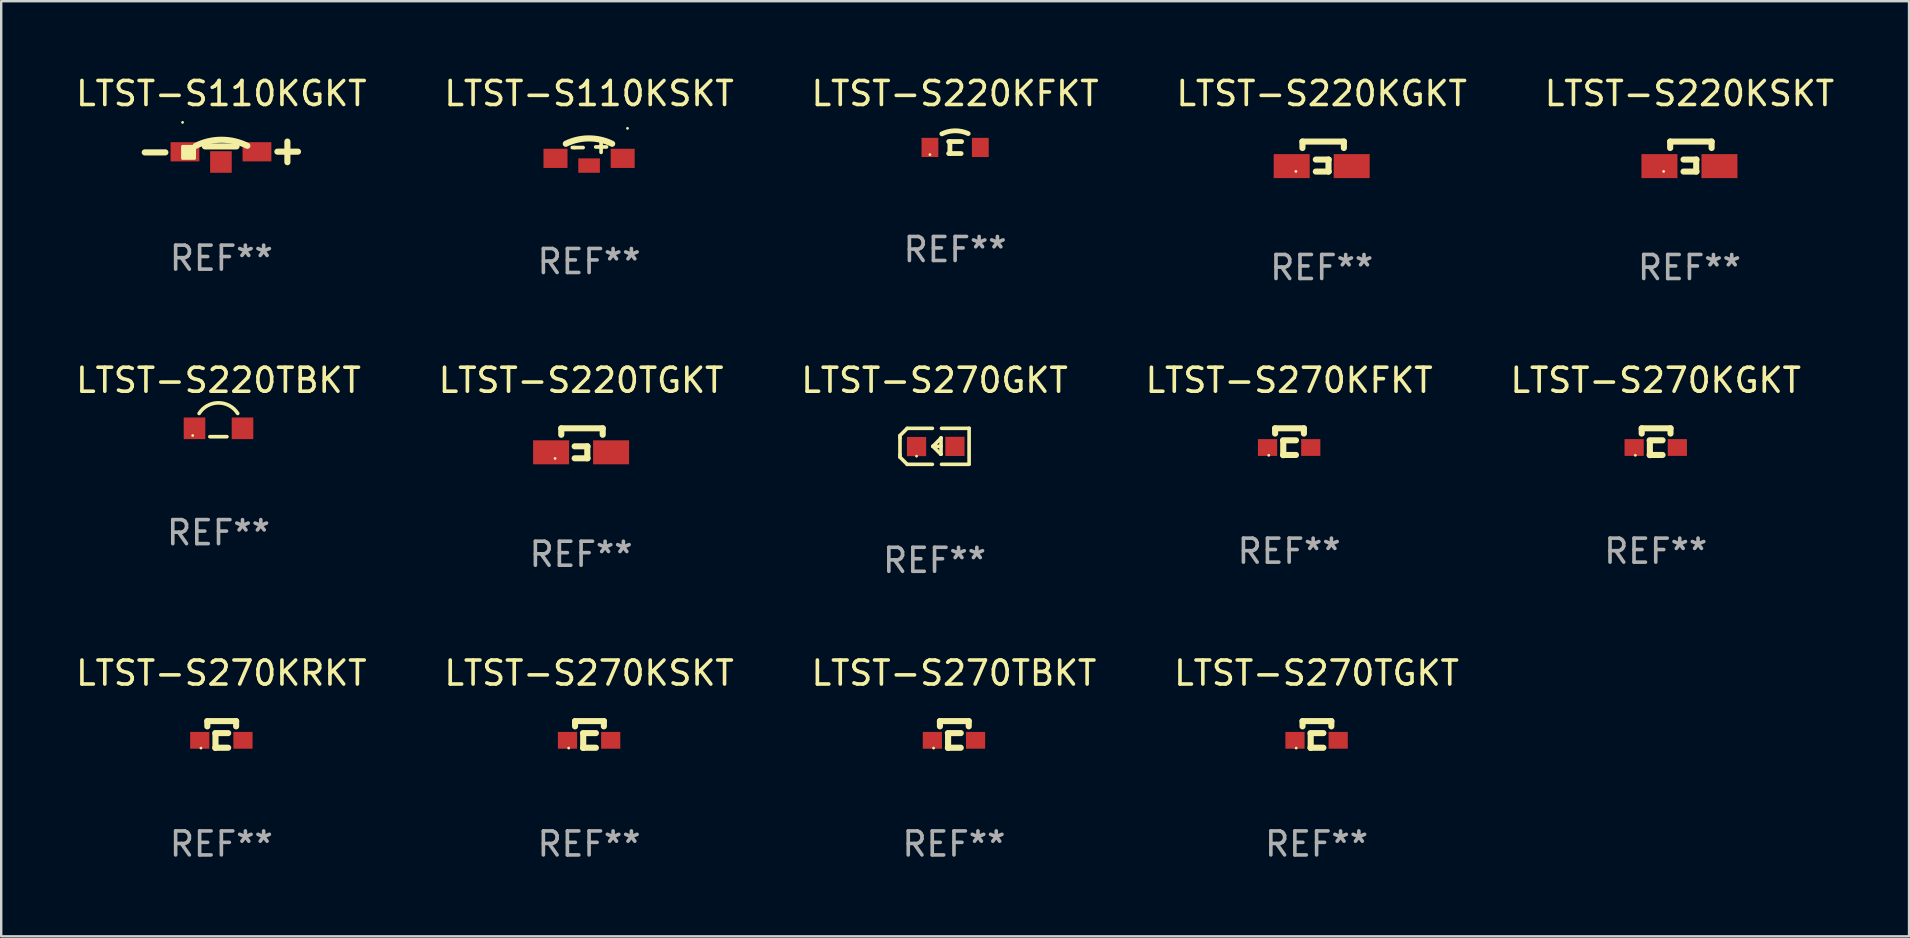
<source format=kicad_pcb>
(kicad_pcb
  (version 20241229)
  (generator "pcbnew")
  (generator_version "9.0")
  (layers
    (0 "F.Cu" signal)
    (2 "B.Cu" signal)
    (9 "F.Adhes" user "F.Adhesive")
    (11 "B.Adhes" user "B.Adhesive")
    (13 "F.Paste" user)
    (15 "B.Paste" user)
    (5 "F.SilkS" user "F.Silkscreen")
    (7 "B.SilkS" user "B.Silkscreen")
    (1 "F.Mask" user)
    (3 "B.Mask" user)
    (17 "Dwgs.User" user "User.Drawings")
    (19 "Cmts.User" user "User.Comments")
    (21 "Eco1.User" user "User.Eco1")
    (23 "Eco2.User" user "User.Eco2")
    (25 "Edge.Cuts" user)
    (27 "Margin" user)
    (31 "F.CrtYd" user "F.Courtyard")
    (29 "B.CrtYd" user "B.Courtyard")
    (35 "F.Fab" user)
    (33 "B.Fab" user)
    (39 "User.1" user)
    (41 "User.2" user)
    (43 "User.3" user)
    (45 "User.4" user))
  (footprint "LTST-S220TGKT"
    (layer "F.Cu")
    (at 21.161 15.42)
    (property "Reference" "LTST-S220TGKT" (at 0 -2.625 0) (layer "F.SilkS") (effects (font (size 1 1) (thickness 0.15))))
    (attr through_hole)
    (fp_line (start -0.826 -0.625) (end -0.826 -0.356) (stroke (width 0.254) (type solid)) (layer "F.SilkS"))
    (fp_line (start -0.269 0.625) (end 0.269 0.625) (stroke (width 0.254) (type solid)) (layer "F.SilkS"))
    (fp_line (start 0.258 0.625) (end 0.258 0.125) (stroke (width 0.254) (type solid)) (layer "F.SilkS"))
    (fp_line (start 0.269 0.125) (end -0.269 0.125) (stroke (width 0.254) (type solid)) (layer "F.SilkS"))
    (fp_line (start 0.9 -0.625) (end -0.826 -0.625) (stroke (width 0.254) (type solid)) (layer "F.SilkS"))
    (fp_line (start 0.9 -0.625) (end 0.9 -0.356) (stroke (width 0.254) (type solid)) (layer "F.SilkS"))
    (fp_circle (center -1.085 0.63) (end -1.055 0.63) (stroke (width 0.06) (type solid)) (fill no) (layer "F.SilkS"))
    (fp_text user "REF**" (at 0 4.625 0) (layer "F.Fab") (effects (font (size 1 1) (thickness 0.15))))
    (pad "1" smd rect (at -1.25 0.375 90) (size 1 1.5) (layers "F.Cu" "F.Mask" "F.Paste"))
    (pad "2" smd rect (at 1.25 0.375 90) (size 1 1.5) (layers "F.Cu" "F.Mask" "F.Paste")))
  (footprint "LTST-S270KSKT"
    (layer "F.Cu")
    (at 21.494 27.554)
    (property "Reference" "LTST-S270KSKT" (at 0 -2.56 0) (layer "F.SilkS") (effects (font (size 1 1) (thickness 0.15))))
    (attr through_hole)
    (fp_line (start -0.585 -0.56) (end -0.585 -0.341) (stroke (width 0.254) (type solid)) (layer "F.SilkS"))
    (fp_line (start -0.585 -0.56) (end 0.615 -0.56) (stroke (width 0.254) (type solid)) (layer "F.SilkS"))
    (fp_line (start -0.254 0.55) (end 0.284 0.55) (stroke (width 0.254) (type solid)) (layer "F.SilkS"))
    (fp_line (start -0.245 0.56) (end -0.245 -0.039) (stroke (width 0.254) (type solid)) (layer "F.SilkS"))
    (fp_line (start 0.284 -0.06) (end -0.254 -0.06) (stroke (width 0.254) (type solid)) (layer "F.SilkS"))
    (fp_line (start 0.615 -0.56) (end 0.615 -0.341) (stroke (width 0.254) (type solid)) (layer "F.SilkS"))
    (fp_circle (center -0.85 0.565) (end -0.82 0.565) (stroke (width 0.06) (type solid)) (fill no) (layer "F.SilkS"))
    (fp_text user "REF**" (at 0 4.56 0) (layer "F.Fab") (effects (font (size 1 1) (thickness 0.15))))
    (pad "1" smd rect (at -0.9 0.24) (size 0.8 0.7) (layers "F.Cu" "F.Mask" "F.Paste"))
    (pad "2" smd rect (at 0.9 0.24) (size 0.8 0.7) (layers "F.Cu" "F.Mask" "F.Paste")))
  (footprint "LTST-S270KFKT"
    (layer "F.Cu")
    (at 50.661 15.355)
    (property "Reference" "LTST-S270KFKT" (at 0 -2.56 0) (layer "F.SilkS") (effects (font (size 1 1) (thickness 0.15))))
    (attr through_hole)
    (fp_line (start -0.585 -0.56) (end -0.585 -0.341) (stroke (width 0.254) (type solid)) (layer "F.SilkS"))
    (fp_line (start -0.585 -0.56) (end 0.615 -0.56) (stroke (width 0.254) (type solid)) (layer "F.SilkS"))
    (fp_line (start -0.254 0.55) (end 0.284 0.55) (stroke (width 0.254) (type solid)) (layer "F.SilkS"))
    (fp_line (start -0.245 0.56) (end -0.245 -0.039) (stroke (width 0.254) (type solid)) (layer "F.SilkS"))
    (fp_line (start 0.284 -0.06) (end -0.254 -0.06) (stroke (width 0.254) (type solid)) (layer "F.SilkS"))
    (fp_line (start 0.615 -0.56) (end 0.615 -0.341) (stroke (width 0.254) (type solid)) (layer "F.SilkS"))
    (fp_circle (center -0.85 0.565) (end -0.82 0.565) (stroke (width 0.06) (type solid)) (fill no) (layer "F.SilkS"))
    (fp_text user "REF**" (at 0 4.56 0) (layer "F.Fab") (effects (font (size 1 1) (thickness 0.15))))
    (pad "1" smd rect (at -0.9 0.24) (size 0.8 0.7) (layers "F.Cu" "F.Mask" "F.Paste"))
    (pad "2" smd rect (at 0.9 0.24) (size 0.8 0.7) (layers "F.Cu" "F.Mask" "F.Paste")))
  (footprint "LTST-S270KGKT"
    (layer "F.Cu")
    (at 65.935 15.355)
    (property "Reference" "LTST-S270KGKT" (at 0 -2.56 0) (layer "F.SilkS") (effects (font (size 1 1) (thickness 0.15))))
    (attr through_hole)
    (fp_line (start -0.585 -0.56) (end -0.585 -0.341) (stroke (width 0.254) (type solid)) (layer "F.SilkS"))
    (fp_line (start -0.585 -0.56) (end 0.615 -0.56) (stroke (width 0.254) (type solid)) (layer "F.SilkS"))
    (fp_line (start -0.254 0.55) (end 0.284 0.55) (stroke (width 0.254) (type solid)) (layer "F.SilkS"))
    (fp_line (start -0.245 0.56) (end -0.245 -0.039) (stroke (width 0.254) (type solid)) (layer "F.SilkS"))
    (fp_line (start 0.284 -0.06) (end -0.254 -0.06) (stroke (width 0.254) (type solid)) (layer "F.SilkS"))
    (fp_line (start 0.615 -0.56) (end 0.615 -0.341) (stroke (width 0.254) (type solid)) (layer "F.SilkS"))
    (fp_circle (center -0.85 0.565) (end -0.82 0.565) (stroke (width 0.06) (type solid)) (fill no) (layer "F.SilkS"))
    (fp_text user "REF**" (at 0 4.56 0) (layer "F.Fab") (effects (font (size 1 1) (thickness 0.15))))
    (pad "1" smd rect (at -0.9 0.24) (size 0.8 0.7) (layers "F.Cu" "F.Mask" "F.Paste"))
    (pad "2" smd rect (at 0.9 0.24) (size 0.8 0.7) (layers "F.Cu" "F.Mask" "F.Paste")))
  (footprint "LTST-S220KGKT"
    (layer "F.Cu")
    (at 52.018 3.473)
    (property "Reference" "LTST-S220KGKT" (at 0 -2.625 0) (layer "F.SilkS") (effects (font (size 1 1) (thickness 0.15))))
    (attr through_hole)
    (fp_line (start -0.803 -0.625) (end -0.803 -0.356) (stroke (width 0.254) (type solid)) (layer "F.SilkS"))
    (fp_line (start -0.246 0.625) (end 0.292 0.625) (stroke (width 0.254) (type solid)) (layer "F.SilkS"))
    (fp_line (start 0.282 0.625) (end 0.282 0.125) (stroke (width 0.254) (type solid)) (layer "F.SilkS"))
    (fp_line (start 0.292 0.125) (end -0.246 0.125) (stroke (width 0.254) (type solid)) (layer "F.SilkS"))
    (fp_line (start 0.923 -0.625) (end -0.803 -0.625) (stroke (width 0.254) (type solid)) (layer "F.SilkS"))
    (fp_line (start 0.923 -0.625) (end 0.923 -0.356) (stroke (width 0.254) (type solid)) (layer "F.SilkS"))
    (fp_circle (center -1.075 0.618) (end -1.045 0.618) (stroke (width 0.06) (type solid)) (fill no) (layer "F.SilkS"))
    (fp_text user "REF**" (at 0 4.625 0) (layer "F.Fab") (effects (font (size 1 1) (thickness 0.15))))
    (pad "1" smd rect (at -1.25 0.398 90) (size 1 1.5) (layers "F.Cu" "F.Mask" "F.Paste"))
    (pad "2" smd rect (at 1.25 0.398 90) (size 1 1.5) (layers "F.Cu" "F.Mask" "F.Paste")))
  (footprint "LTST-S110KGKT"
    (layer "F.Cu")
    (at 6.173 3.278)
    (property "Reference" "LTST-S110KGKT" (at 0 -2.43 0) (layer "F.SilkS") (effects (font (size 1 1) (thickness 0.15))))
    (attr through_hole)
    (fp_line (start -3.193 0.021) (end -2.333 0.021) (stroke (width 0.254) (type solid)) (layer "F.SilkS"))
    (fp_line (start -0.686 -0.229) (end 0.633 -0.229) (stroke (width 0.254) (type solid)) (layer "F.SilkS"))
    (fp_line (start 2.333 -0.009) (end 3.193 -0.009) (stroke (width 0.254) (type solid)) (layer "F.SilkS"))
    (fp_line (start 2.751 0.43) (end 2.751 -0.43) (stroke (width 0.254) (type solid)) (layer "F.SilkS"))
    (fp_arc (start -1.067513 -0.253543) (mid 0.00748 -0.506043) (end 1.082474 -0.253543) (stroke (width 0.254001) (type solid)) (layer "F.SilkS"))
    (fp_circle (center -1.617 -1.229) (end -1.587 -1.229) (stroke (width 0.06) (type solid)) (fill no) (layer "F.SilkS"))
    (fp_poly (pts (xy -1.617 -0.229) (xy -1.117 -0.229) (xy -1.117 0.271) (xy -1.617 0.271)) (stroke (width 0.12) (type solid)) (fill yes) (layer "F.SilkS"))
    (fp_text user "REF**" (at 0 4.43 0) (layer "F.Fab") (effects (font (size 1 1) (thickness 0.15))))
    (pad "1" smd rect (at -1.517 -0.004 90) (size 0.8 1.2) (layers "F.Cu" "F.Mask" "F.Paste"))
    (pad "2" smd rect (at 1.483 -0.004 90) (size 0.8 1.2) (layers "F.Cu" "F.Mask" "F.Paste"))
    (pad "3" smd rect (at -0.018 0.421 180) (size 0.9 0.9) (layers "F.Cu" "F.Mask" "F.Paste")))
  (footprint "LTST-S270GKT"
    (layer "F.Cu")
    (at 35.887 15.546)
    (property "Reference" "LTST-S270GKT" (at 0 -2.751 0) (layer "F.SilkS") (effects (font (size 1 1) (thickness 0.15))))
    (attr through_hole)
    (fp_line (start -1.44 -0.449) (end -1.14 -0.749) (stroke (width 0.15) (type solid)) (layer "F.SilkS"))
    (fp_line (start -1.44 -0.349) (end -1.44 -0.449) (stroke (width 0.15) (type solid)) (layer "F.SilkS"))
    (fp_line (start -1.44 -0.349) (end -1.44 0.351) (stroke (width 0.15) (type solid)) (layer "F.SilkS"))
    (fp_line (start -1.44 0.351) (end -1.44 0.451) (stroke (width 0.15) (type solid)) (layer "F.SilkS"))
    (fp_line (start -1.44 0.451) (end -1.14 0.751) (stroke (width 0.15) (type solid)) (layer "F.SilkS"))
    (fp_line (start -0.09 -0.749) (end -1.14 -0.749) (stroke (width 0.15) (type solid)) (layer "F.SilkS"))
    (fp_line (start -0.09 0.751) (end -1.14 0.751) (stroke (width 0.15) (type solid)) (layer "F.SilkS"))
    (fp_line (start 0.26 0.329) (end -0.07 -0.001) (stroke (width 0.15) (type solid)) (layer "F.SilkS"))
    (fp_line (start 0.27 -0.351) (end 0.27 -0.341) (stroke (width 0.15) (type solid)) (layer "F.SilkS"))
    (fp_line (start 0.27 -0.351) (end 0.27 0.329) (stroke (width 0.15) (type solid)) (layer "F.SilkS"))
    (fp_line (start 0.27 -0.341) (end -0.07 -0.001) (stroke (width 0.15) (type solid)) (layer "F.SilkS"))
    (fp_line (start 0.27 -0.001) (end -0.07 -0.001) (stroke (width 0.15) (type solid)) (layer "F.SilkS"))
    (fp_line (start 0.27 0.329) (end 0.26 0.329) (stroke (width 0.15) (type solid)) (layer "F.SilkS"))
    (fp_line (start 0.29 -0.751) (end 1.44 -0.751) (stroke (width 0.15) (type solid)) (layer "F.SilkS"))
    (fp_line (start 0.29 0.749) (end 1.44 0.749) (stroke (width 0.15) (type solid)) (layer "F.SilkS"))
    (fp_line (start 1.44 -0.751) (end 1.44 0.729) (stroke (width 0.15) (type solid)) (layer "F.SilkS"))
    (fp_circle (center -0.75 0.409) (end -0.72 0.409) (stroke (width 0.06) (type solid)) (fill no) (layer "F.SilkS"))
    (fp_text user "REF**" (at 0 4.751 0) (layer "F.Fab") (effects (font (size 1 1) (thickness 0.15))))
    (pad "1" smd rect (at -0.75 0.009 90) (size 0.8 0.8) (layers "F.Cu" "F.Mask" "F.Paste"))
    (pad "2" smd rect (at 0.849 0.002 90) (size 0.8 0.8) (layers "F.Cu" "F.Mask" "F.Paste")))
  (footprint "LTST-S110KSKT"
    (layer "F.Cu")
    (at 21.494 3.348)
    (property "Reference" "LTST-S110KSKT" (at 0 -2.5 0) (layer "F.SilkS") (effects (font (size 1 1) (thickness 0.15))))
    (attr through_hole)
    (fp_line (start -0.7 -0.25) (end -0.609 -0.25) (stroke (width 0.152) (type solid)) (layer "F.SilkS"))
    (fp_line (start -0.609 -0.25) (end -0.248 -0.25) (stroke (width 0.152) (type solid)) (layer "F.SilkS"))
    (fp_line (start 0.275 -0.275) (end 0.725 -0.275) (stroke (width 0.152) (type solid)) (layer "F.SilkS"))
    (fp_line (start 0.5 -0.05) (end 0.5 -0.5) (stroke (width 0.152) (type solid)) (layer "F.SilkS"))
    (fp_arc (start -0.971196 -0.40762) (mid -0.00527 -0.632099) (end 0.960655 -0.407619) (stroke (width 0.254001) (type solid)) (layer "F.SilkS"))
    (fp_circle (center 1.6 -1.05) (end 1.63 -1.05) (stroke (width 0.06) (type solid)) (fill no) (layer "F.SilkS"))
    (fp_text user "REF**" (at 0 4.5 0) (layer "F.Fab") (effects (font (size 1 1) (thickness 0.15))))
    (pad "1" smd rect (at 1.4 0.2 180) (size 1 0.8) (layers "F.Cu" "F.Mask" "F.Paste"))
    (pad "2" smd rect (at -1.4 0.2 180) (size 1 0.8) (layers "F.Cu" "F.Mask" "F.Paste"))
    (pad "3" smd rect (at 0.000051 0.5 180) (size 0.9 0.6) (layers "F.Cu" "F.Mask" "F.Paste")))
  (footprint "LTST-S270TBKT"
    (layer "F.Cu")
    (at 36.696 27.554)
    (property "Reference" "LTST-S270TBKT" (at 0 -2.56 0) (layer "F.SilkS") (effects (font (size 1 1) (thickness 0.15))))
    (attr through_hole)
    (fp_line (start -0.585 -0.56) (end -0.585 -0.341) (stroke (width 0.254) (type solid)) (layer "F.SilkS"))
    (fp_line (start -0.585 -0.56) (end 0.615 -0.56) (stroke (width 0.254) (type solid)) (layer "F.SilkS"))
    (fp_line (start -0.254 0.55) (end 0.284 0.55) (stroke (width 0.254) (type solid)) (layer "F.SilkS"))
    (fp_line (start -0.245 0.56) (end -0.245 -0.039) (stroke (width 0.254) (type solid)) (layer "F.SilkS"))
    (fp_line (start 0.284 -0.06) (end -0.254 -0.06) (stroke (width 0.254) (type solid)) (layer "F.SilkS"))
    (fp_line (start 0.615 -0.56) (end 0.615 -0.341) (stroke (width 0.254) (type solid)) (layer "F.SilkS"))
    (fp_circle (center -0.85 0.565) (end -0.82 0.565) (stroke (width 0.06) (type solid)) (fill no) (layer "F.SilkS"))
    (fp_text user "REF**" (at 0 4.56 0) (layer "F.Fab") (effects (font (size 1 1) (thickness 0.15))))
    (pad "1" smd rect (at -0.9 0.24) (size 0.8 0.7) (layers "F.Cu" "F.Mask" "F.Paste"))
    (pad "2" smd rect (at 0.9 0.24) (size 0.8 0.7) (layers "F.Cu" "F.Mask" "F.Paste")))
  (footprint "LTST-S220TBKT"
    (layer "F.Cu")
    (at 6.054 14.97)
    (property "Reference" "LTST-S220TBKT" (at 0 -2.175 0) (layer "F.SilkS") (effects (font (size 1 1) (thickness 0.15))))
    (attr through_hole)
    (fp_line (start -0.36 0.175) (end 0.35 0.175) (stroke (width 0.152) (type solid)) (layer "F.SilkS"))
    (fp_arc (start -0.807518 -0.794996) (mid -0.003759 -1.236112) (end 0.8 -0.794996) (stroke (width 0.151994) (type solid)) (layer "F.SilkS"))
    (fp_circle (center -1.075 0.125) (end -1.045 0.125) (stroke (width 0.06) (type solid)) (fill no) (layer "F.SilkS"))
    (fp_text user "REF**" (at 0 4.175 0) (layer "F.Fab") (effects (font (size 1 1) (thickness 0.15))))
    (pad "1" smd rect (at -1 -0.175) (size 0.9 0.9) (layers "F.Cu" "F.Mask" "F.Paste"))
    (pad "2" smd rect (at 1 -0.175) (size 0.9 0.9) (layers "F.Cu" "F.Mask" "F.Paste")))
  (footprint "LTST-S270KRKT"
    (layer "F.Cu")
    (at 6.173 27.554)
    (property "Reference" "LTST-S270KRKT" (at 0 -2.56 0) (layer "F.SilkS") (effects (font (size 1 1) (thickness 0.15))))
    (attr through_hole)
    (fp_line (start -0.585 -0.56) (end -0.585 -0.341) (stroke (width 0.254) (type solid)) (layer "F.SilkS"))
    (fp_line (start -0.585 -0.56) (end 0.615 -0.56) (stroke (width 0.254) (type solid)) (layer "F.SilkS"))
    (fp_line (start -0.254 0.55) (end 0.284 0.55) (stroke (width 0.254) (type solid)) (layer "F.SilkS"))
    (fp_line (start -0.245 0.56) (end -0.245 -0.039) (stroke (width 0.254) (type solid)) (layer "F.SilkS"))
    (fp_line (start 0.284 -0.06) (end -0.254 -0.06) (stroke (width 0.254) (type solid)) (layer "F.SilkS"))
    (fp_line (start 0.615 -0.56) (end 0.615 -0.341) (stroke (width 0.254) (type solid)) (layer "F.SilkS"))
    (fp_circle (center -0.85 0.565) (end -0.82 0.565) (stroke (width 0.06) (type solid)) (fill no) (layer "F.SilkS"))
    (fp_text user "REF**" (at 0 4.56 0) (layer "F.Fab") (effects (font (size 1 1) (thickness 0.15))))
    (pad "1" smd rect (at -0.9 0.24) (size 0.8 0.7) (layers "F.Cu" "F.Mask" "F.Paste"))
    (pad "2" smd rect (at 0.9 0.24) (size 0.8 0.7) (layers "F.Cu" "F.Mask" "F.Paste")))
  (footprint "LTST-S270TGKT"
    (layer "F.Cu")
    (at 51.804 27.554)
    (property "Reference" "LTST-S270TGKT" (at 0 -2.56 0) (layer "F.SilkS") (effects (font (size 1 1) (thickness 0.15))))
    (attr through_hole)
    (fp_line (start -0.585 -0.56) (end -0.585 -0.341) (stroke (width 0.254) (type solid)) (layer "F.SilkS"))
    (fp_line (start -0.585 -0.56) (end 0.615 -0.56) (stroke (width 0.254) (type solid)) (layer "F.SilkS"))
    (fp_line (start -0.254 0.55) (end 0.284 0.55) (stroke (width 0.254) (type solid)) (layer "F.SilkS"))
    (fp_line (start -0.245 0.56) (end -0.245 -0.039) (stroke (width 0.254) (type solid)) (layer "F.SilkS"))
    (fp_line (start 0.284 -0.06) (end -0.254 -0.06) (stroke (width 0.254) (type solid)) (layer "F.SilkS"))
    (fp_line (start 0.615 -0.56) (end 0.615 -0.341) (stroke (width 0.254) (type solid)) (layer "F.SilkS"))
    (fp_circle (center -0.85 0.565) (end -0.82 0.565) (stroke (width 0.06) (type solid)) (fill no) (layer "F.SilkS"))
    (fp_text user "REF**" (at 0 4.56 0) (layer "F.Fab") (effects (font (size 1 1) (thickness 0.15))))
    (pad "1" smd rect (at -0.9 0.24) (size 0.8 0.7) (layers "F.Cu" "F.Mask" "F.Paste"))
    (pad "2" smd rect (at 0.9 0.24) (size 0.8 0.7) (layers "F.Cu" "F.Mask" "F.Paste")))
  (footprint "LTST-S220KSKT"
    (layer "F.Cu")
    (at 67.339 3.473)
    (property "Reference" "LTST-S220KSKT" (at 0 -2.625 0) (layer "F.SilkS") (effects (font (size 1 1) (thickness 0.15))))
    (attr through_hole)
    (fp_line (start -0.803 -0.625) (end -0.803 -0.356) (stroke (width 0.254) (type solid)) (layer "F.SilkS"))
    (fp_line (start -0.246 0.625) (end 0.292 0.625) (stroke (width 0.254) (type solid)) (layer "F.SilkS"))
    (fp_line (start 0.282 0.625) (end 0.282 0.125) (stroke (width 0.254) (type solid)) (layer "F.SilkS"))
    (fp_line (start 0.292 0.125) (end -0.246 0.125) (stroke (width 0.254) (type solid)) (layer "F.SilkS"))
    (fp_line (start 0.923 -0.625) (end -0.803 -0.625) (stroke (width 0.254) (type solid)) (layer "F.SilkS"))
    (fp_line (start 0.923 -0.625) (end 0.923 -0.356) (stroke (width 0.254) (type solid)) (layer "F.SilkS"))
    (fp_circle (center -1.075 0.618) (end -1.045 0.618) (stroke (width 0.06) (type solid)) (fill no) (layer "F.SilkS"))
    (fp_text user "REF**" (at 0 4.625 0) (layer "F.Fab") (effects (font (size 1 1) (thickness 0.15))))
    (pad "1" smd rect (at -1.25 0.398 90) (size 1 1.5) (layers "F.Cu" "F.Mask" "F.Paste"))
    (pad "2" smd rect (at 1.25 0.398 90) (size 1 1.5) (layers "F.Cu" "F.Mask" "F.Paste")))
  (footprint "LTST-S220KFKT"
    (layer "F.Cu")
    (at 36.744 3.098)
    (property "Reference" "LTST-S220KFKT" (at 0 -2.25 0) (layer "F.SilkS") (effects (font (size 1 1) (thickness 0.15))))
    (attr through_hole)
    (fp_line (start -0.269 -0.25) (end 0.269 -0.25) (stroke (width 0.2) (type solid)) (layer "F.SilkS"))
    (fp_line (start -0.269 0.25) (end 0.25 0.25) (stroke (width 0.2) (type solid)) (layer "F.SilkS"))
    (fp_line (start -0.217 -0.25) (end -0.217 0.25) (stroke (width 0.2) (type solid)) (layer "F.SilkS"))
    (fp_arc (start -0.552223 -0.57065) (mid -0.004732 -0.699117) (end 0.545364 -0.58231) (stroke (width 0.2) (type solid)) (layer "F.SilkS"))
    (fp_circle (center -1.05 0.295) (end -1.02 0.295) (stroke (width 0.06) (type solid)) (fill no) (layer "F.SilkS"))
    (fp_text user "REF**" (at 0 4.25 0) (layer "F.Fab") (effects (font (size 1 1) (thickness 0.15))))
    (pad "1" smd rect (at -1.05 -0.005 180) (size 0.7 0.8) (layers "F.Cu" "F.Mask" "F.Paste"))
    (pad "2" smd rect (at 1.05 -0.005 180) (size 0.7 0.8) (layers "F.Cu" "F.Mask" "F.Paste")))
  (gr_rect
    (start -3 -3)
    (end 76.488 35.962)
    (stroke (width 0.1) (type default))
    (fill no)
    (layer "Edge.Cuts")))
</source>
